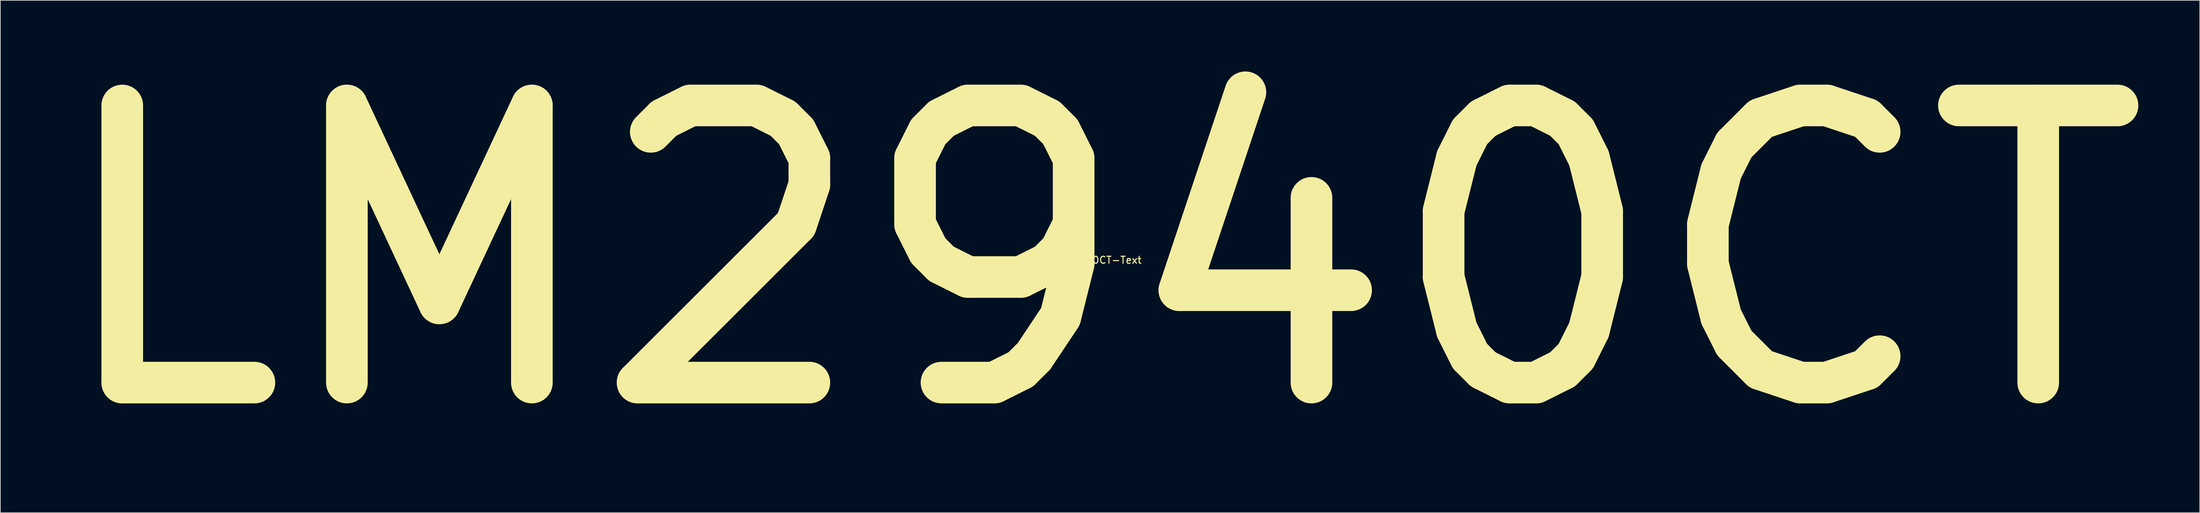
<source format=kicad_pcb>
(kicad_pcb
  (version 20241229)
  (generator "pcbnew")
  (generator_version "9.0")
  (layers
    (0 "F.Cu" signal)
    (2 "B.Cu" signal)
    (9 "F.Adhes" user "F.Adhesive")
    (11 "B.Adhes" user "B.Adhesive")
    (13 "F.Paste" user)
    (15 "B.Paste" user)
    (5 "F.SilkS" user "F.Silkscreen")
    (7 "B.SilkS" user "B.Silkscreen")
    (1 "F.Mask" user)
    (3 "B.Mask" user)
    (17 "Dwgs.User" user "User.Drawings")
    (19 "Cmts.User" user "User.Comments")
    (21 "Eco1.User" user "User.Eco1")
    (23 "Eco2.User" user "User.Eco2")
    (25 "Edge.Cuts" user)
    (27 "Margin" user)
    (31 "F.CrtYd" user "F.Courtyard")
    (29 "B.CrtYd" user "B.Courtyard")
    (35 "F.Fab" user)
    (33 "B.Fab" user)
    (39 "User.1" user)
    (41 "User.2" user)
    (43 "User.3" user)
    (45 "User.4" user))
  (footprint "LM2940CT-Text"
    (layer "F.Cu")
    (at 153.028 33.396)
    (property "Reference" "LM2940CT-Text" (at 0 0.5 0) (layer "F.SilkS") (effects (font (size 1 1) (thickness 0.15))))
    (attr through_hole)
    (fp_text user "LM2940CT" (at 0 0 0) (layer "F.SilkS") (effects (font (size 39.37 39.37) (thickness 5.906)))))
  (gr_rect
    (start -3 -3)
    (end 309.056 69.791)
    (stroke (width 0.1) (type default))
    (fill no)
    (layer "Edge.Cuts")))
</source>
